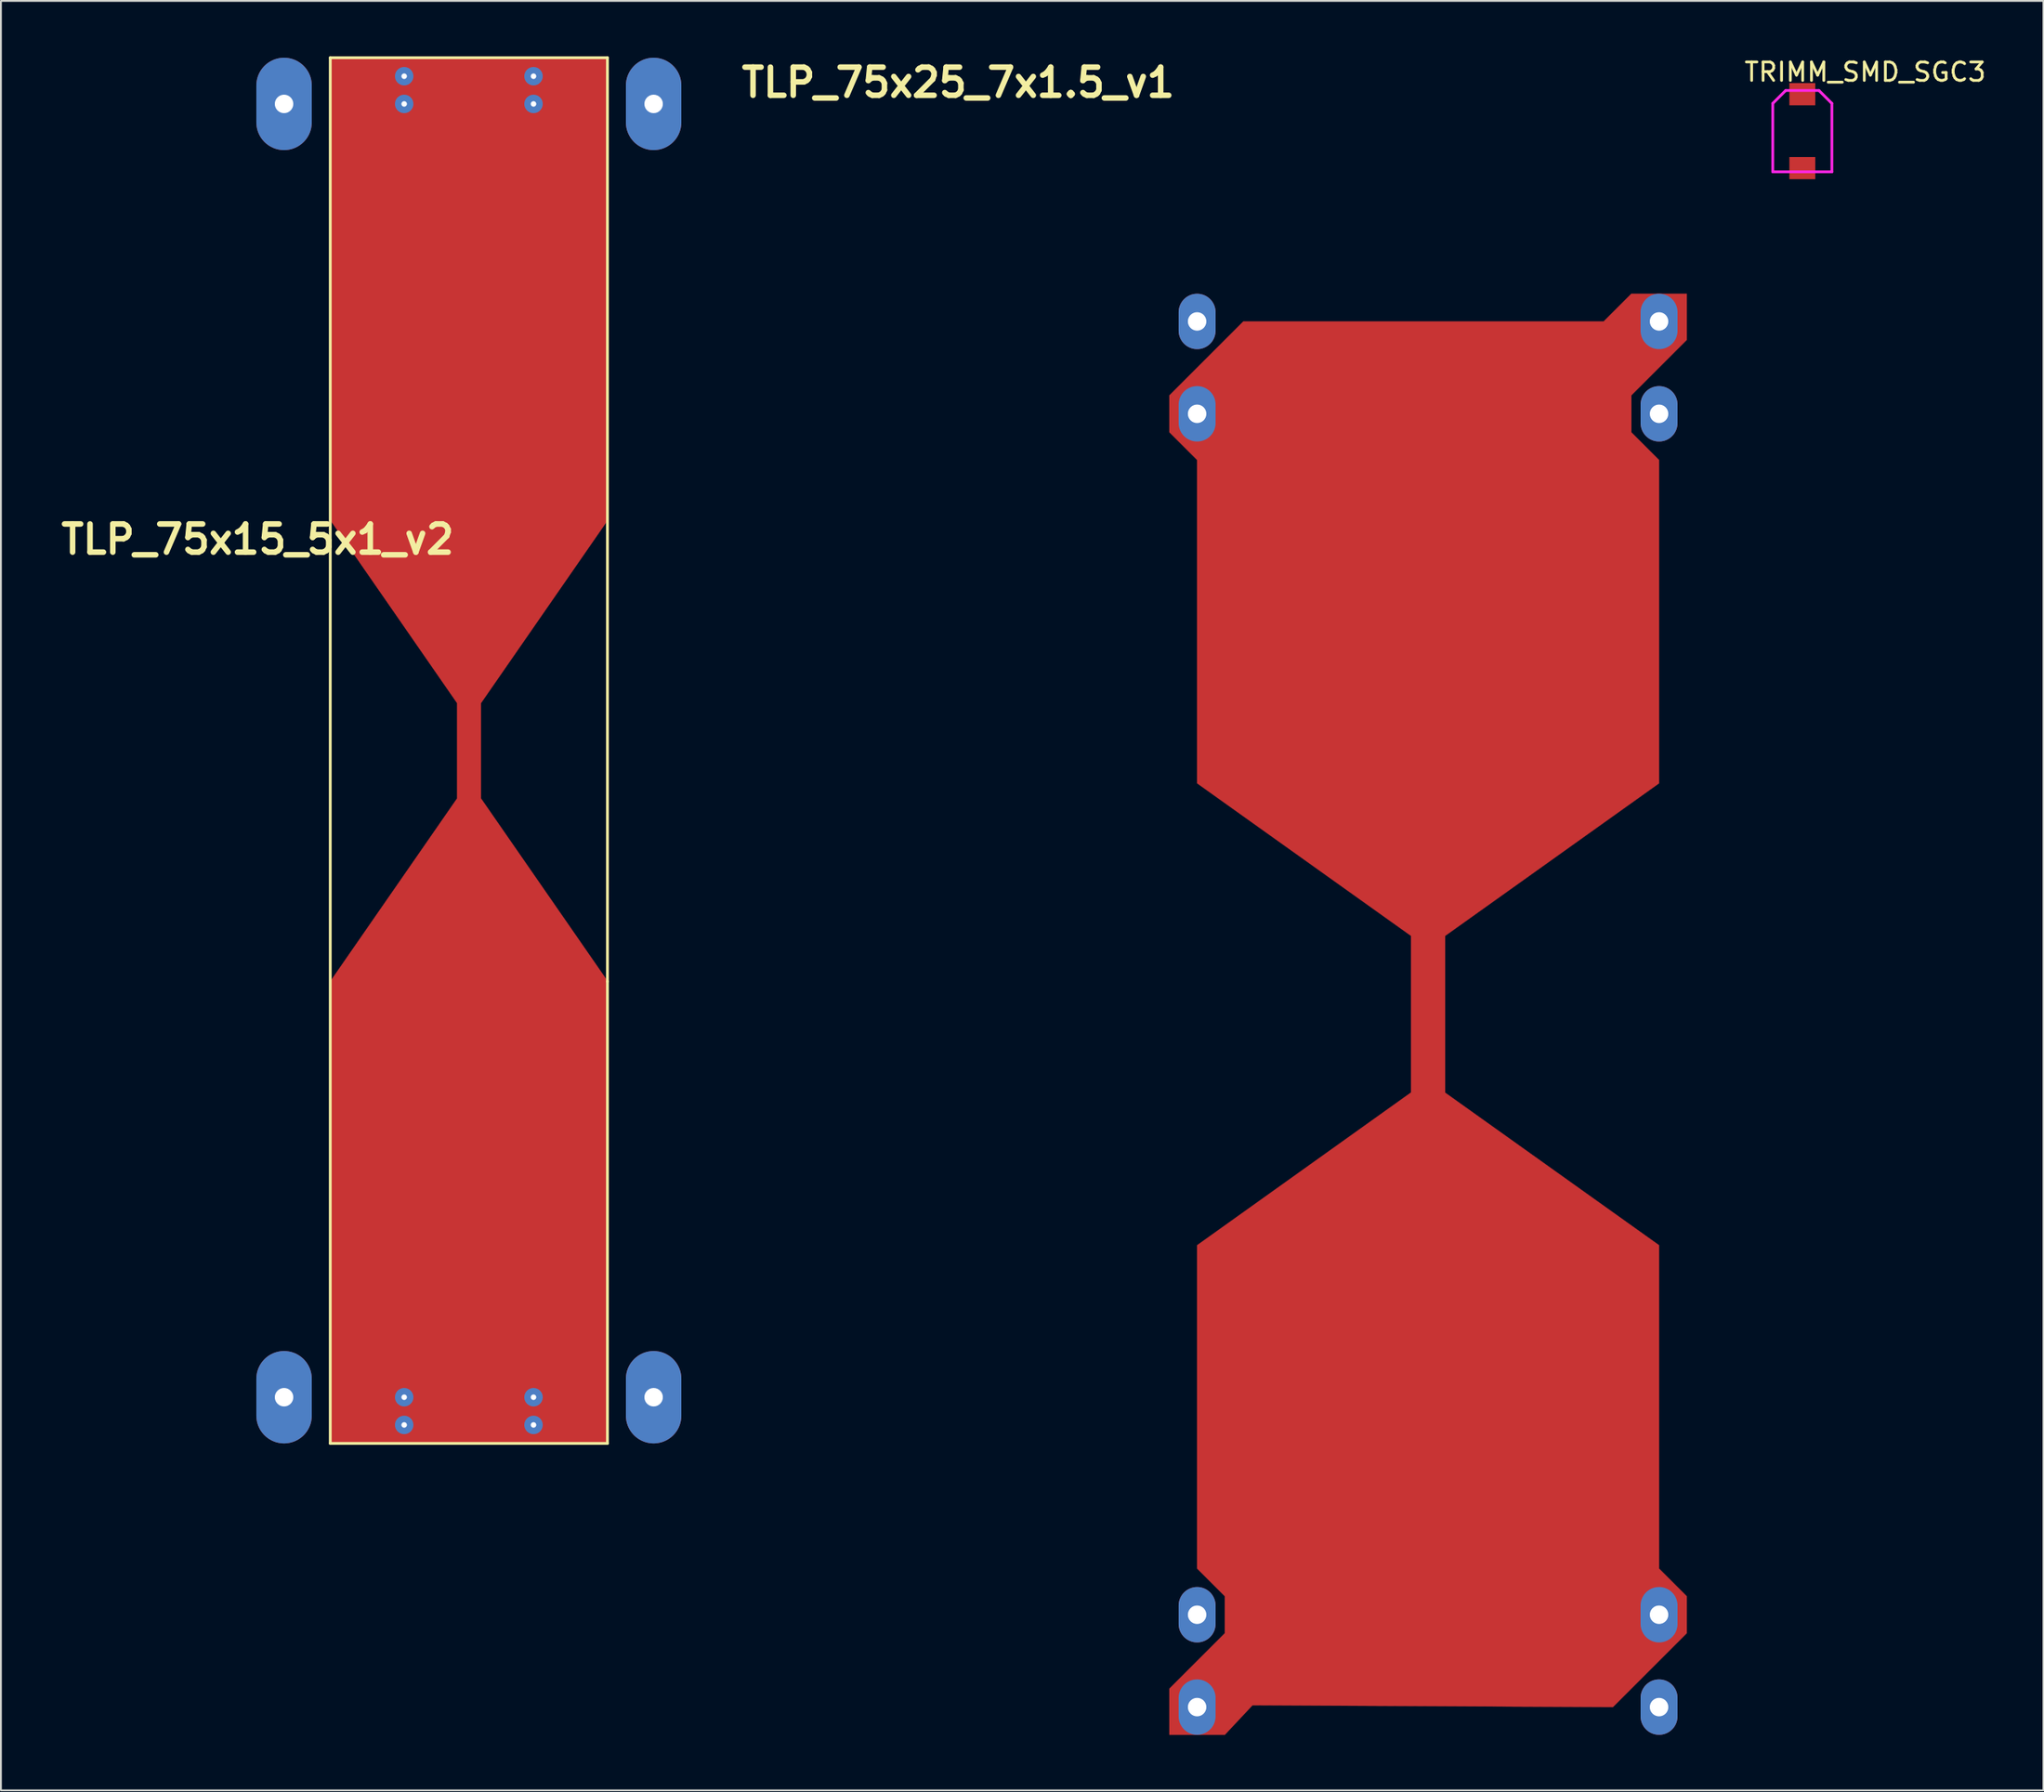
<source format=kicad_pcb>
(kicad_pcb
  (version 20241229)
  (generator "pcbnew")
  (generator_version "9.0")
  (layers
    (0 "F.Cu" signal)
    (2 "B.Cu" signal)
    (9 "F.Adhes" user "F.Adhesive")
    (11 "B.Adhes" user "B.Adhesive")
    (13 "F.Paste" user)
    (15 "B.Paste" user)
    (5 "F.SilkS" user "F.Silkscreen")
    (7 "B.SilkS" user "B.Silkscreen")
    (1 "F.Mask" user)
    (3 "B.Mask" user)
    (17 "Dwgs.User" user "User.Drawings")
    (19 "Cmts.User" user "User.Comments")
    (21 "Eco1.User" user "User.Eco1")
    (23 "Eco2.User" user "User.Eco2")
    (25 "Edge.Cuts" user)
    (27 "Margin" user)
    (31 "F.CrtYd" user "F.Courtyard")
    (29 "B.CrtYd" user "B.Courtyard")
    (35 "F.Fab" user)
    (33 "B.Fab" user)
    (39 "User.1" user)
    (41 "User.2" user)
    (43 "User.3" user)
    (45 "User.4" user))
  (footprint "TLP_75x25_7x1.5_v1"
    (layer "F.Cu")
    (at 60.235 12.848)
    (property "Reference" "TLP_75x25_7x1.5_v1" (at -11.43 -11.43 0) (layer "F.SilkS") (effects (font (size 1.524 1.524) (thickness 0.3))))
    (attr through_hole)
    (fp_poly (pts (xy 0 75.5) (xy 3 72.5) (xy 3 70.5) (xy 1.5 69) (xy 1.5 51.5) (xy 13.08 43.23) (xy 13.08 34.76) (xy 1.5 26.5) (xy 1.5 9) (xy 0 7.5) (xy 0 5.5) (xy 4 1.5) (xy 23.5 1.5) (xy 25 0) (xy 28 0) (xy 28 2.5) (xy 25 5.5) (xy 25 7.5) (xy 26.5 9) (xy 26.5 26.5) (xy 14.92 34.76) (xy 14.92 43.24) (xy 26.5 51.5) (xy 26.5 69) (xy 28 70.5) (xy 28 72.5) (xy 24 76.5) (xy 4.5 76.4) (xy 3 78) (xy 0 78)) (stroke (width 0.01) (type solid)) (fill yes) (layer "F.Cu"))
    (pad "1" thru_hole oval (at 1.5 1.5) (size 2 3) (drill 1) (layers "*.Cu" "*.Mask"))
    (pad "2" thru_hole oval (at 1.5 6.5) (size 2 3) (drill 1) (layers "*.Cu" "*.Mask"))
    (pad "3" thru_hole oval (at 26.5 1.5) (size 2 3) (drill 1) (layers "*.Cu" "*.Mask"))
    (pad "4" thru_hole oval (at 26.5 6.5) (size 2 3) (drill 1) (layers "*.Cu" "*.Mask"))
    (pad "5" thru_hole oval (at 1.5 71.5) (size 2 3) (drill 1) (layers "*.Cu" "*.Mask"))
    (pad "6" thru_hole oval (at 1.5 76.5) (size 2 3) (drill 1) (layers "*.Cu" "*.Mask"))
    (pad "7" thru_hole oval (at 26.5 71.5) (size 2 3) (drill 1) (layers "*.Cu" "*.Mask"))
    (pad "8" thru_hole oval (at 26.5 76.5) (size 2 3) (drill 1) (layers "*.Cu" "*.Mask")))
  (footprint "TLP_75x15_5x1_v2"
    (layer "F.Cu")
    (at 22.323 37.575)
    (property "Reference" "TLP_75x15_5x1_v2" (at -11.43 -11.43 0) (layer "F.SilkS") (effects (font (size 1.524 1.524) (thickness 0.3))))
    (attr through_hole)
    (fp_poly (pts (xy 7.514 -12.464) (xy 0.656 -2.565) (xy 0.656 2.586) (xy 7.514 12.485) (xy 7.514 37.507) (xy -7.493 37.507) (xy -7.493 12.485) (xy -4.064 7.536) (xy -0.635 2.587) (xy -0.635 0.011) (xy -0.635 -2.565) (xy -7.493 -12.464) (xy -7.493 -37.486) (xy 7.514 -37.486) (xy 7.514 -12.464)) (stroke (width 0.01) (type solid)) (fill yes) (layer "F.Cu"))
    (fp_line (start -7.5 -37.5) (end 7.5 -37.5) (stroke (width 0.15) (type solid)) (layer "F.SilkS"))
    (fp_line (start -7.5 37.5) (end -7.5 -37.5) (stroke (width 0.15) (type solid)) (layer "F.SilkS"))
    (fp_line (start 7.5 -37.5) (end 7.5 12.5) (stroke (width 0.15) (type solid)) (layer "F.SilkS"))
    (fp_line (start 7.5 12.5) (end 7.5 37.5) (stroke (width 0.15) (type solid)) (layer "F.SilkS"))
    (fp_line (start 7.5 37.5) (end -7.5 37.5) (stroke (width 0.15) (type solid)) (layer "F.SilkS"))
    (pad "1" thru_hole circle (at -3.5 -36.5) (size 1 1) (drill 0.3) (layers "*.Cu"))
    (pad "1" thru_hole circle (at -3.5 -35) (size 1 1) (drill 0.3) (layers "*.Cu"))
    (pad "1" thru_hole circle (at 3.5 -36.5) (size 1 1) (drill 0.3) (layers "*.Cu"))
    (pad "1" thru_hole circle (at 3.5 -35) (size 1 1) (drill 0.3) (layers "*.Cu"))
    (pad "2" thru_hole oval (at -10 -35) (size 3 5) (drill 1) (layers "*.Cu" "*.Mask"))
    (pad "3" thru_hole oval (at 10 -35) (size 3 5) (drill 1) (layers "*.Cu" "*.Mask"))
    (pad "4" thru_hole circle (at -3.5 35) (size 1 1) (drill 0.3) (layers "*.Cu"))
    (pad "4" thru_hole circle (at -3.5 36.5) (size 1 1) (drill 0.3) (layers "*.Cu"))
    (pad "4" thru_hole circle (at 3.5 35) (size 1 1) (drill 0.3) (layers "*.Cu"))
    (pad "4" thru_hole circle (at 3.5 36.5) (size 1 1) (drill 0.3) (layers "*.Cu"))
    (pad "5" thru_hole oval (at -10 35) (size 3 5) (drill 1) (layers "*.Cu" "*.Mask"))
    (pad "6" thru_hole oval (at 10 35) (size 3 5) (drill 1) (layers "*.Cu" "*.Mask")))
  (footprint "TRIMM_SMD_SGC3"
    (layer "F.Cu")
    (at 94.488 4.048)
    (property "Reference" "TRIMM_SMD_SGC3" (at 3.4 -3.2 0) (layer "F.SilkS") (effects (font (size 1 1) (thickness 0.15))))
    (attr through_hole)
    (fp_line (start -1.6 -1.5) (end -1.6 2.2) (stroke (width 0.15) (type solid)) (layer "F.CrtYd"))
    (fp_line (start -1.6 2.2) (end 1.6 2.2) (stroke (width 0.15) (type solid)) (layer "F.CrtYd"))
    (fp_line (start -0.9 -2.2) (end -1.6 -1.5) (stroke (width 0.15) (type solid)) (layer "F.CrtYd"))
    (fp_line (start 0.9 -2.2) (end -0.9 -2.2) (stroke (width 0.15) (type solid)) (layer "F.CrtYd"))
    (fp_line (start 1.6 -1.5) (end 0.9 -2.2) (stroke (width 0.15) (type solid)) (layer "F.CrtYd"))
    (fp_line (start 1.6 2.2) (end 1.6 -1.5) (stroke (width 0.15) (type solid)) (layer "F.CrtYd"))
    (pad "1" smd rect (at 0 -2) (size 1.4 1.2) (layers "F.Cu" "F.Mask" "F.Paste"))
    (pad "2" smd rect (at 0 2) (size 1.4 1.2) (layers "F.Cu" "F.Mask" "F.Paste")))
  (gr_rect
    (start -3 -3)
    (end 107.537 93.853)
    (stroke (width 0.1) (type default))
    (fill no)
    (layer "Edge.Cuts")))
</source>
